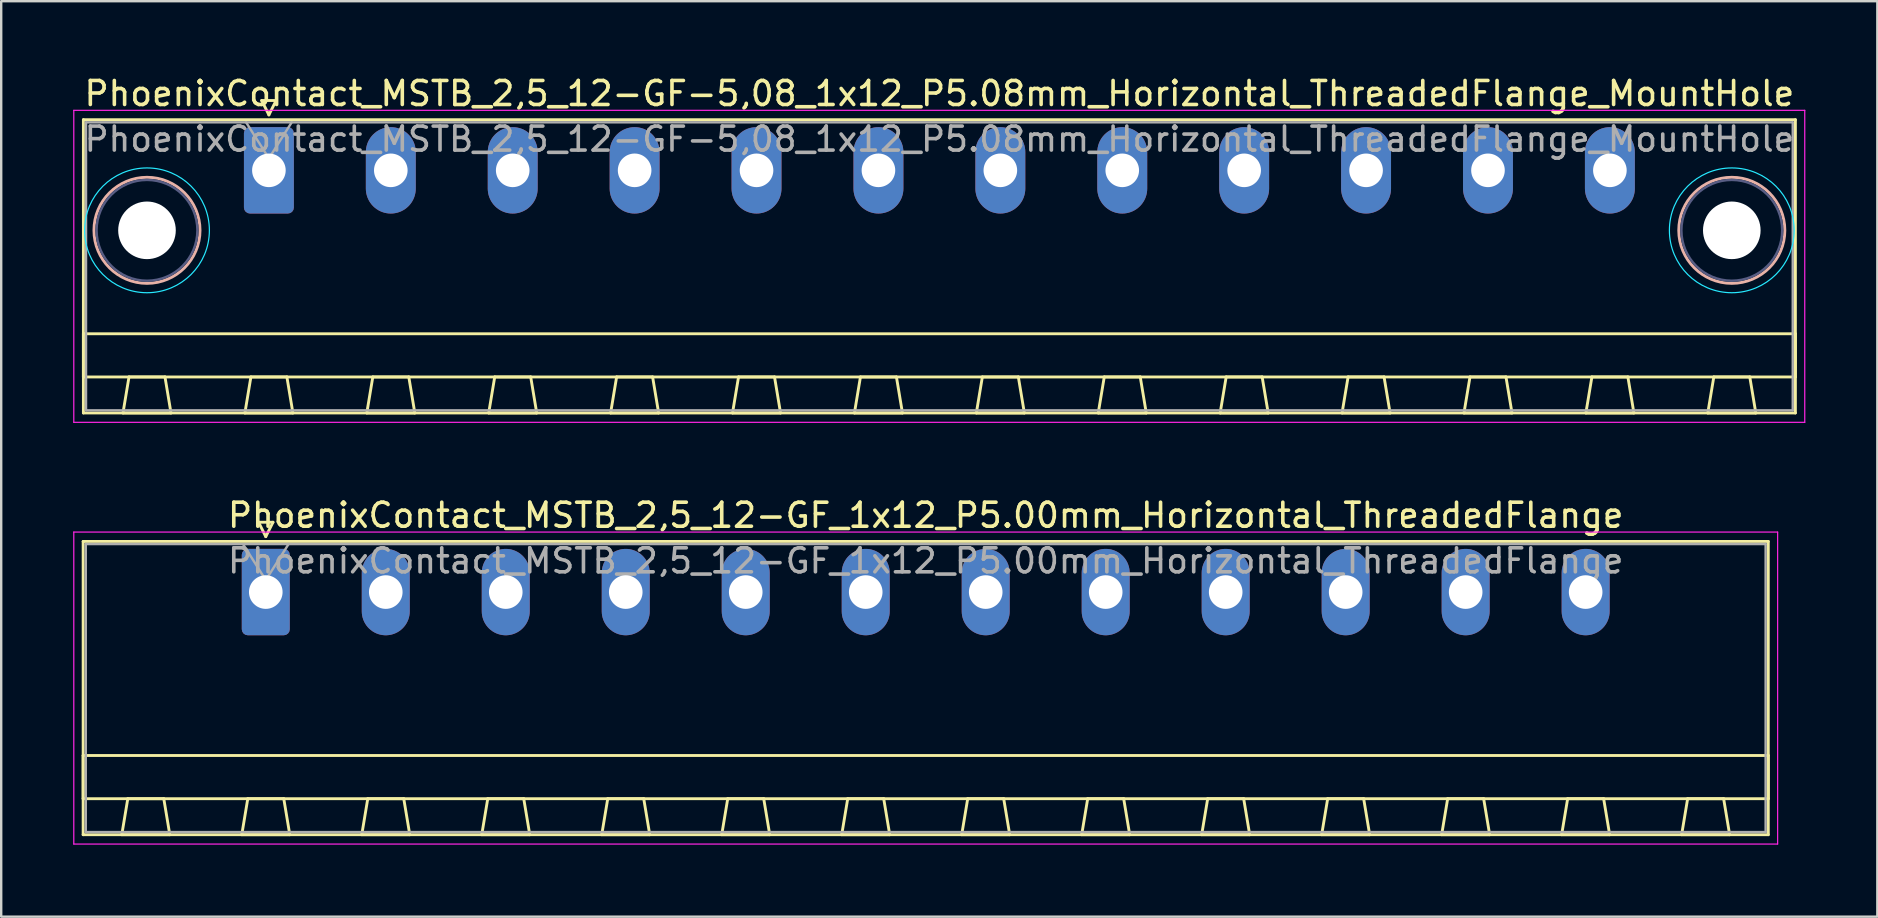
<source format=kicad_pcb>
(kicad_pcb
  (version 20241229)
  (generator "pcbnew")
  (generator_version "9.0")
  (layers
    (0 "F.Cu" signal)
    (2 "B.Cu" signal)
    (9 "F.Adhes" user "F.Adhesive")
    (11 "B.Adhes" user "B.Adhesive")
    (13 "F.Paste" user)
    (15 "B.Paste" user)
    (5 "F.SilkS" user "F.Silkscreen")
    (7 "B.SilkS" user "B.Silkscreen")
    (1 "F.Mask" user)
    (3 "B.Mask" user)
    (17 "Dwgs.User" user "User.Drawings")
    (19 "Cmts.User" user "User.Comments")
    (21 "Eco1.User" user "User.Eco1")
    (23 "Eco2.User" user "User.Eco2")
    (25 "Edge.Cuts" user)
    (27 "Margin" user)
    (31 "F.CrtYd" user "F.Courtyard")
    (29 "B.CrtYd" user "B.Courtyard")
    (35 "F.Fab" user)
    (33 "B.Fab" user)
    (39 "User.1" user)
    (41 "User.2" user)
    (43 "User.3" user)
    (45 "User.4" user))
  (footprint "PhoenixContact_MSTB_2,5_12-GF-5,08_1x12_P5.08mm_Horizontal_ThreadedFlange_MountHole"
    (layer "F.Cu")
    (at 8.155 4.048)
    (property "Reference" "PhoenixContact_MSTB_2,5_12-GF-5,08_1x12_P5.08mm_Horizontal_ThreadedFlange_MountHole" (at 27.94 -3.2 0) (layer "F.SilkS") (effects (font (size 1 1) (thickness 0.15))))
    (attr through_hole)
    (fp_line (start -7.73 -2.11) (end -7.73 10.11) (stroke (width 0.12) (type solid)) (layer "F.SilkS"))
    (fp_line (start -7.73 6.81) (end 63.61 6.81) (stroke (width 0.12) (type solid)) (layer "F.SilkS"))
    (fp_line (start -7.73 8.61) (end -7.73 6.81) (stroke (width 0.12) (type solid)) (layer "F.SilkS"))
    (fp_line (start -7.73 10.11) (end 63.61 10.11) (stroke (width 0.12) (type solid)) (layer "F.SilkS"))
    (fp_line (start -6.08 10.11) (end -4.08 10.11) (stroke (width 0.12) (type solid)) (layer "F.SilkS"))
    (fp_line (start -5.83 8.61) (end -6.08 10.11) (stroke (width 0.12) (type solid)) (layer "F.SilkS"))
    (fp_line (start -4.33 8.61) (end -5.83 8.61) (stroke (width 0.12) (type solid)) (layer "F.SilkS"))
    (fp_line (start -4.08 10.11) (end -4.33 8.61) (stroke (width 0.12) (type solid)) (layer "F.SilkS"))
    (fp_line (start -1 10.11) (end 1 10.11) (stroke (width 0.12) (type solid)) (layer "F.SilkS"))
    (fp_line (start -0.75 8.61) (end -1 10.11) (stroke (width 0.12) (type solid)) (layer "F.SilkS"))
    (fp_line (start -0.3 -2.91) (end 0.3 -2.91) (stroke (width 0.12) (type solid)) (layer "F.SilkS"))
    (fp_line (start 0 -2.31) (end -0.3 -2.91) (stroke (width 0.12) (type solid)) (layer "F.SilkS"))
    (fp_line (start 0.3 -2.91) (end 0 -2.31) (stroke (width 0.12) (type solid)) (layer "F.SilkS"))
    (fp_line (start 0.75 8.61) (end -0.75 8.61) (stroke (width 0.12) (type solid)) (layer "F.SilkS"))
    (fp_line (start 1 10.11) (end 0.75 8.61) (stroke (width 0.12) (type solid)) (layer "F.SilkS"))
    (fp_line (start 4.08 10.11) (end 6.08 10.11) (stroke (width 0.12) (type solid)) (layer "F.SilkS"))
    (fp_line (start 4.33 8.61) (end 4.08 10.11) (stroke (width 0.12) (type solid)) (layer "F.SilkS"))
    (fp_line (start 5.83 8.61) (end 4.33 8.61) (stroke (width 0.12) (type solid)) (layer "F.SilkS"))
    (fp_line (start 6.08 10.11) (end 5.83 8.61) (stroke (width 0.12) (type solid)) (layer "F.SilkS"))
    (fp_line (start 9.16 10.11) (end 11.16 10.11) (stroke (width 0.12) (type solid)) (layer "F.SilkS"))
    (fp_line (start 9.41 8.61) (end 9.16 10.11) (stroke (width 0.12) (type solid)) (layer "F.SilkS"))
    (fp_line (start 10.91 8.61) (end 9.41 8.61) (stroke (width 0.12) (type solid)) (layer "F.SilkS"))
    (fp_line (start 11.16 10.11) (end 10.91 8.61) (stroke (width 0.12) (type solid)) (layer "F.SilkS"))
    (fp_line (start 14.24 10.11) (end 16.24 10.11) (stroke (width 0.12) (type solid)) (layer "F.SilkS"))
    (fp_line (start 14.49 8.61) (end 14.24 10.11) (stroke (width 0.12) (type solid)) (layer "F.SilkS"))
    (fp_line (start 15.99 8.61) (end 14.49 8.61) (stroke (width 0.12) (type solid)) (layer "F.SilkS"))
    (fp_line (start 16.24 10.11) (end 15.99 8.61) (stroke (width 0.12) (type solid)) (layer "F.SilkS"))
    (fp_line (start 19.32 10.11) (end 21.32 10.11) (stroke (width 0.12) (type solid)) (layer "F.SilkS"))
    (fp_line (start 19.57 8.61) (end 19.32 10.11) (stroke (width 0.12) (type solid)) (layer "F.SilkS"))
    (fp_line (start 21.07 8.61) (end 19.57 8.61) (stroke (width 0.12) (type solid)) (layer "F.SilkS"))
    (fp_line (start 21.32 10.11) (end 21.07 8.61) (stroke (width 0.12) (type solid)) (layer "F.SilkS"))
    (fp_line (start 24.4 10.11) (end 26.4 10.11) (stroke (width 0.12) (type solid)) (layer "F.SilkS"))
    (fp_line (start 24.65 8.61) (end 24.4 10.11) (stroke (width 0.12) (type solid)) (layer "F.SilkS"))
    (fp_line (start 26.15 8.61) (end 24.65 8.61) (stroke (width 0.12) (type solid)) (layer "F.SilkS"))
    (fp_line (start 26.4 10.11) (end 26.15 8.61) (stroke (width 0.12) (type solid)) (layer "F.SilkS"))
    (fp_line (start 29.48 10.11) (end 31.48 10.11) (stroke (width 0.12) (type solid)) (layer "F.SilkS"))
    (fp_line (start 29.73 8.61) (end 29.48 10.11) (stroke (width 0.12) (type solid)) (layer "F.SilkS"))
    (fp_line (start 31.23 8.61) (end 29.73 8.61) (stroke (width 0.12) (type solid)) (layer "F.SilkS"))
    (fp_line (start 31.48 10.11) (end 31.23 8.61) (stroke (width 0.12) (type solid)) (layer "F.SilkS"))
    (fp_line (start 34.56 10.11) (end 36.56 10.11) (stroke (width 0.12) (type solid)) (layer "F.SilkS"))
    (fp_line (start 34.81 8.61) (end 34.56 10.11) (stroke (width 0.12) (type solid)) (layer "F.SilkS"))
    (fp_line (start 36.31 8.61) (end 34.81 8.61) (stroke (width 0.12) (type solid)) (layer "F.SilkS"))
    (fp_line (start 36.56 10.11) (end 36.31 8.61) (stroke (width 0.12) (type solid)) (layer "F.SilkS"))
    (fp_line (start 39.64 10.11) (end 41.64 10.11) (stroke (width 0.12) (type solid)) (layer "F.SilkS"))
    (fp_line (start 39.89 8.61) (end 39.64 10.11) (stroke (width 0.12) (type solid)) (layer "F.SilkS"))
    (fp_line (start 41.39 8.61) (end 39.89 8.61) (stroke (width 0.12) (type solid)) (layer "F.SilkS"))
    (fp_line (start 41.64 10.11) (end 41.39 8.61) (stroke (width 0.12) (type solid)) (layer "F.SilkS"))
    (fp_line (start 44.72 10.11) (end 46.72 10.11) (stroke (width 0.12) (type solid)) (layer "F.SilkS"))
    (fp_line (start 44.97 8.61) (end 44.72 10.11) (stroke (width 0.12) (type solid)) (layer "F.SilkS"))
    (fp_line (start 46.47 8.61) (end 44.97 8.61) (stroke (width 0.12) (type solid)) (layer "F.SilkS"))
    (fp_line (start 46.72 10.11) (end 46.47 8.61) (stroke (width 0.12) (type solid)) (layer "F.SilkS"))
    (fp_line (start 49.8 10.11) (end 51.8 10.11) (stroke (width 0.12) (type solid)) (layer "F.SilkS"))
    (fp_line (start 50.05 8.61) (end 49.8 10.11) (stroke (width 0.12) (type solid)) (layer "F.SilkS"))
    (fp_line (start 51.55 8.61) (end 50.05 8.61) (stroke (width 0.12) (type solid)) (layer "F.SilkS"))
    (fp_line (start 51.8 10.11) (end 51.55 8.61) (stroke (width 0.12) (type solid)) (layer "F.SilkS"))
    (fp_line (start 54.88 10.11) (end 56.88 10.11) (stroke (width 0.12) (type solid)) (layer "F.SilkS"))
    (fp_line (start 55.13 8.61) (end 54.88 10.11) (stroke (width 0.12) (type solid)) (layer "F.SilkS"))
    (fp_line (start 56.63 8.61) (end 55.13 8.61) (stroke (width 0.12) (type solid)) (layer "F.SilkS"))
    (fp_line (start 56.88 10.11) (end 56.63 8.61) (stroke (width 0.12) (type solid)) (layer "F.SilkS"))
    (fp_line (start 59.96 10.11) (end 61.96 10.11) (stroke (width 0.12) (type solid)) (layer "F.SilkS"))
    (fp_line (start 60.21 8.61) (end 59.96 10.11) (stroke (width 0.12) (type solid)) (layer "F.SilkS"))
    (fp_line (start 61.71 8.61) (end 60.21 8.61) (stroke (width 0.12) (type solid)) (layer "F.SilkS"))
    (fp_line (start 61.96 10.11) (end 61.71 8.61) (stroke (width 0.12) (type solid)) (layer "F.SilkS"))
    (fp_line (start 63.61 -2.11) (end -7.73 -2.11) (stroke (width 0.12) (type solid)) (layer "F.SilkS"))
    (fp_line (start 63.61 6.81) (end 63.61 8.61) (stroke (width 0.12) (type solid)) (layer "F.SilkS"))
    (fp_line (start 63.61 8.61) (end -7.73 8.61) (stroke (width 0.12) (type solid)) (layer "F.SilkS"))
    (fp_line (start 63.61 10.11) (end 63.61 -2.11) (stroke (width 0.12) (type solid)) (layer "F.SilkS"))
    (fp_circle (center -5.08 2.5) (end -2.87 2.5) (stroke (width 0.12) (type solid)) (fill no) (layer "B.SilkS"))
    (fp_circle (center 60.96 2.5) (end 63.17 2.5) (stroke (width 0.12) (type solid)) (fill no) (layer "B.SilkS"))
    (fp_circle (center -5.08 2.5) (end -2.48 2.5) (stroke (width 0.05) (type solid)) (fill no) (layer "B.CrtYd"))
    (fp_circle (center 60.96 2.5) (end 63.56 2.5) (stroke (width 0.05) (type solid)) (fill no) (layer "B.CrtYd"))
    (fp_line (start -8.13 -2.5) (end -8.13 10.5) (stroke (width 0.05) (type solid)) (layer "F.CrtYd"))
    (fp_line (start -8.13 10.5) (end 64 10.5) (stroke (width 0.05) (type solid)) (layer "F.CrtYd"))
    (fp_line (start 64 -2.5) (end -8.13 -2.5) (stroke (width 0.05) (type solid)) (layer "F.CrtYd"))
    (fp_line (start 64 10.5) (end 64 -2.5) (stroke (width 0.05) (type solid)) (layer "F.CrtYd"))
    (fp_circle (center -5.08 2.5) (end -2.98 2.5) (stroke (width 0.1) (type solid)) (fill no) (layer "B.Fab"))
    (fp_circle (center 60.96 2.5) (end 63.06 2.5) (stroke (width 0.1) (type solid)) (fill no) (layer "B.Fab"))
    (fp_line (start -7.62 -2) (end -7.62 10) (stroke (width 0.1) (type solid)) (layer "F.Fab"))
    (fp_line (start -7.62 10) (end 63.5 10) (stroke (width 0.1) (type solid)) (layer "F.Fab"))
    (fp_line (start 0 -0.5) (end -0.95 -2) (stroke (width 0.1) (type solid)) (layer "F.Fab"))
    (fp_line (start 0.95 -2) (end 0 -0.5) (stroke (width 0.1) (type solid)) (layer "F.Fab"))
    (fp_line (start 63.5 -2) (end -7.62 -2) (stroke (width 0.1) (type solid)) (layer "F.Fab"))
    (fp_line (start 63.5 10) (end 63.5 -2) (stroke (width 0.1) (type solid)) (layer "F.Fab"))
    (fp_text user "${REFERENCE}" (at 27.94 -1.3 0) (layer "F.Fab") (effects (font (size 1 1) (thickness 0.15))))
    (pad "" np_thru_hole circle (at -5.08 2.5) (size 2.4 2.4) (drill 2.4) (layers "*.Cu" "*.Mask"))
    (pad "" np_thru_hole circle (at 60.96 2.5) (size 2.4 2.4) (drill 2.4) (layers "*.Cu" "*.Mask"))
    (pad "1" thru_hole roundrect (at 0 0) (size 2.08 3.6) (drill 1.4) (layers "*.Cu" "*.Mask") (roundrect_rratio 0.12))
    (pad "2" thru_hole oval (at 5.08 0) (size 2.08 3.6) (drill 1.4) (layers "*.Cu" "*.Mask"))
    (pad "3" thru_hole oval (at 10.16 0) (size 2.08 3.6) (drill 1.4) (layers "*.Cu" "*.Mask"))
    (pad "4" thru_hole oval (at 15.24 0) (size 2.08 3.6) (drill 1.4) (layers "*.Cu" "*.Mask"))
    (pad "5" thru_hole oval (at 20.32 0) (size 2.08 3.6) (drill 1.4) (layers "*.Cu" "*.Mask"))
    (pad "6" thru_hole oval (at 25.4 0) (size 2.08 3.6) (drill 1.4) (layers "*.Cu" "*.Mask"))
    (pad "7" thru_hole oval (at 30.48 0) (size 2.08 3.6) (drill 1.4) (layers "*.Cu" "*.Mask"))
    (pad "8" thru_hole oval (at 35.56 0) (size 2.08 3.6) (drill 1.4) (layers "*.Cu" "*.Mask"))
    (pad "9" thru_hole oval (at 40.64 0) (size 2.08 3.6) (drill 1.4) (layers "*.Cu" "*.Mask"))
    (pad "10" thru_hole oval (at 45.72 0) (size 2.08 3.6) (drill 1.4) (layers "*.Cu" "*.Mask"))
    (pad "11" thru_hole oval (at 50.8 0) (size 2.08 3.6) (drill 1.4) (layers "*.Cu" "*.Mask"))
    (pad "12" thru_hole oval (at 55.88 0) (size 2.08 3.6) (drill 1.4) (layers "*.Cu" "*.Mask")))
  (footprint "PhoenixContact_MSTB_2,5_12-GF_1x12_P5.00mm_Horizontal_ThreadedFlange"
    (layer "F.Cu")
    (at 8.025 21.622)
    (property "Reference" "PhoenixContact_MSTB_2,5_12-GF_1x12_P5.00mm_Horizontal_ThreadedFlange" (at 27.5 -3.2 0) (layer "F.SilkS") (effects (font (size 1 1) (thickness 0.15))))
    (attr through_hole)
    (fp_line (start -7.61 -2.11) (end -7.61 10.11) (stroke (width 0.12) (type solid)) (layer "F.SilkS"))
    (fp_line (start -7.61 6.81) (end 62.61 6.81) (stroke (width 0.12) (type solid)) (layer "F.SilkS"))
    (fp_line (start -7.61 8.61) (end -7.61 6.81) (stroke (width 0.12) (type solid)) (layer "F.SilkS"))
    (fp_line (start -7.61 10.11) (end 62.61 10.11) (stroke (width 0.12) (type solid)) (layer "F.SilkS"))
    (fp_line (start -6 10.11) (end -4 10.11) (stroke (width 0.12) (type solid)) (layer "F.SilkS"))
    (fp_line (start -5.75 8.61) (end -6 10.11) (stroke (width 0.12) (type solid)) (layer "F.SilkS"))
    (fp_line (start -4.25 8.61) (end -5.75 8.61) (stroke (width 0.12) (type solid)) (layer "F.SilkS"))
    (fp_line (start -4 10.11) (end -4.25 8.61) (stroke (width 0.12) (type solid)) (layer "F.SilkS"))
    (fp_line (start -1 10.11) (end 1 10.11) (stroke (width 0.12) (type solid)) (layer "F.SilkS"))
    (fp_line (start -0.75 8.61) (end -1 10.11) (stroke (width 0.12) (type solid)) (layer "F.SilkS"))
    (fp_line (start -0.3 -2.91) (end 0.3 -2.91) (stroke (width 0.12) (type solid)) (layer "F.SilkS"))
    (fp_line (start 0 -2.31) (end -0.3 -2.91) (stroke (width 0.12) (type solid)) (layer "F.SilkS"))
    (fp_line (start 0.3 -2.91) (end 0 -2.31) (stroke (width 0.12) (type solid)) (layer "F.SilkS"))
    (fp_line (start 0.75 8.61) (end -0.75 8.61) (stroke (width 0.12) (type solid)) (layer "F.SilkS"))
    (fp_line (start 1 10.11) (end 0.75 8.61) (stroke (width 0.12) (type solid)) (layer "F.SilkS"))
    (fp_line (start 4 10.11) (end 6 10.11) (stroke (width 0.12) (type solid)) (layer "F.SilkS"))
    (fp_line (start 4.25 8.61) (end 4 10.11) (stroke (width 0.12) (type solid)) (layer "F.SilkS"))
    (fp_line (start 5.75 8.61) (end 4.25 8.61) (stroke (width 0.12) (type solid)) (layer "F.SilkS"))
    (fp_line (start 6 10.11) (end 5.75 8.61) (stroke (width 0.12) (type solid)) (layer "F.SilkS"))
    (fp_line (start 9 10.11) (end 11 10.11) (stroke (width 0.12) (type solid)) (layer "F.SilkS"))
    (fp_line (start 9.25 8.61) (end 9 10.11) (stroke (width 0.12) (type solid)) (layer "F.SilkS"))
    (fp_line (start 10.75 8.61) (end 9.25 8.61) (stroke (width 0.12) (type solid)) (layer "F.SilkS"))
    (fp_line (start 11 10.11) (end 10.75 8.61) (stroke (width 0.12) (type solid)) (layer "F.SilkS"))
    (fp_line (start 14 10.11) (end 16 10.11) (stroke (width 0.12) (type solid)) (layer "F.SilkS"))
    (fp_line (start 14.25 8.61) (end 14 10.11) (stroke (width 0.12) (type solid)) (layer "F.SilkS"))
    (fp_line (start 15.75 8.61) (end 14.25 8.61) (stroke (width 0.12) (type solid)) (layer "F.SilkS"))
    (fp_line (start 16 10.11) (end 15.75 8.61) (stroke (width 0.12) (type solid)) (layer "F.SilkS"))
    (fp_line (start 19 10.11) (end 21 10.11) (stroke (width 0.12) (type solid)) (layer "F.SilkS"))
    (fp_line (start 19.25 8.61) (end 19 10.11) (stroke (width 0.12) (type solid)) (layer "F.SilkS"))
    (fp_line (start 20.75 8.61) (end 19.25 8.61) (stroke (width 0.12) (type solid)) (layer "F.SilkS"))
    (fp_line (start 21 10.11) (end 20.75 8.61) (stroke (width 0.12) (type solid)) (layer "F.SilkS"))
    (fp_line (start 24 10.11) (end 26 10.11) (stroke (width 0.12) (type solid)) (layer "F.SilkS"))
    (fp_line (start 24.25 8.61) (end 24 10.11) (stroke (width 0.12) (type solid)) (layer "F.SilkS"))
    (fp_line (start 25.75 8.61) (end 24.25 8.61) (stroke (width 0.12) (type solid)) (layer "F.SilkS"))
    (fp_line (start 26 10.11) (end 25.75 8.61) (stroke (width 0.12) (type solid)) (layer "F.SilkS"))
    (fp_line (start 29 10.11) (end 31 10.11) (stroke (width 0.12) (type solid)) (layer "F.SilkS"))
    (fp_line (start 29.25 8.61) (end 29 10.11) (stroke (width 0.12) (type solid)) (layer "F.SilkS"))
    (fp_line (start 30.75 8.61) (end 29.25 8.61) (stroke (width 0.12) (type solid)) (layer "F.SilkS"))
    (fp_line (start 31 10.11) (end 30.75 8.61) (stroke (width 0.12) (type solid)) (layer "F.SilkS"))
    (fp_line (start 34 10.11) (end 36 10.11) (stroke (width 0.12) (type solid)) (layer "F.SilkS"))
    (fp_line (start 34.25 8.61) (end 34 10.11) (stroke (width 0.12) (type solid)) (layer "F.SilkS"))
    (fp_line (start 35.75 8.61) (end 34.25 8.61) (stroke (width 0.12) (type solid)) (layer "F.SilkS"))
    (fp_line (start 36 10.11) (end 35.75 8.61) (stroke (width 0.12) (type solid)) (layer "F.SilkS"))
    (fp_line (start 39 10.11) (end 41 10.11) (stroke (width 0.12) (type solid)) (layer "F.SilkS"))
    (fp_line (start 39.25 8.61) (end 39 10.11) (stroke (width 0.12) (type solid)) (layer "F.SilkS"))
    (fp_line (start 40.75 8.61) (end 39.25 8.61) (stroke (width 0.12) (type solid)) (layer "F.SilkS"))
    (fp_line (start 41 10.11) (end 40.75 8.61) (stroke (width 0.12) (type solid)) (layer "F.SilkS"))
    (fp_line (start 44 10.11) (end 46 10.11) (stroke (width 0.12) (type solid)) (layer "F.SilkS"))
    (fp_line (start 44.25 8.61) (end 44 10.11) (stroke (width 0.12) (type solid)) (layer "F.SilkS"))
    (fp_line (start 45.75 8.61) (end 44.25 8.61) (stroke (width 0.12) (type solid)) (layer "F.SilkS"))
    (fp_line (start 46 10.11) (end 45.75 8.61) (stroke (width 0.12) (type solid)) (layer "F.SilkS"))
    (fp_line (start 49 10.11) (end 51 10.11) (stroke (width 0.12) (type solid)) (layer "F.SilkS"))
    (fp_line (start 49.25 8.61) (end 49 10.11) (stroke (width 0.12) (type solid)) (layer "F.SilkS"))
    (fp_line (start 50.75 8.61) (end 49.25 8.61) (stroke (width 0.12) (type solid)) (layer "F.SilkS"))
    (fp_line (start 51 10.11) (end 50.75 8.61) (stroke (width 0.12) (type solid)) (layer "F.SilkS"))
    (fp_line (start 54 10.11) (end 56 10.11) (stroke (width 0.12) (type solid)) (layer "F.SilkS"))
    (fp_line (start 54.25 8.61) (end 54 10.11) (stroke (width 0.12) (type solid)) (layer "F.SilkS"))
    (fp_line (start 55.75 8.61) (end 54.25 8.61) (stroke (width 0.12) (type solid)) (layer "F.SilkS"))
    (fp_line (start 56 10.11) (end 55.75 8.61) (stroke (width 0.12) (type solid)) (layer "F.SilkS"))
    (fp_line (start 59 10.11) (end 61 10.11) (stroke (width 0.12) (type solid)) (layer "F.SilkS"))
    (fp_line (start 59.25 8.61) (end 59 10.11) (stroke (width 0.12) (type solid)) (layer "F.SilkS"))
    (fp_line (start 60.75 8.61) (end 59.25 8.61) (stroke (width 0.12) (type solid)) (layer "F.SilkS"))
    (fp_line (start 61 10.11) (end 60.75 8.61) (stroke (width 0.12) (type solid)) (layer "F.SilkS"))
    (fp_line (start 62.61 -2.11) (end -7.61 -2.11) (stroke (width 0.12) (type solid)) (layer "F.SilkS"))
    (fp_line (start 62.61 6.81) (end 62.61 8.61) (stroke (width 0.12) (type solid)) (layer "F.SilkS"))
    (fp_line (start 62.61 8.61) (end -7.61 8.61) (stroke (width 0.12) (type solid)) (layer "F.SilkS"))
    (fp_line (start 62.61 10.11) (end 62.61 -2.11) (stroke (width 0.12) (type solid)) (layer "F.SilkS"))
    (fp_line (start -8 -2.5) (end -8 10.5) (stroke (width 0.05) (type solid)) (layer "F.CrtYd"))
    (fp_line (start -8 10.5) (end 63 10.5) (stroke (width 0.05) (type solid)) (layer "F.CrtYd"))
    (fp_line (start 63 -2.5) (end -8 -2.5) (stroke (width 0.05) (type solid)) (layer "F.CrtYd"))
    (fp_line (start 63 10.5) (end 63 -2.5) (stroke (width 0.05) (type solid)) (layer "F.CrtYd"))
    (fp_line (start -7.5 -2) (end -7.5 10) (stroke (width 0.1) (type solid)) (layer "F.Fab"))
    (fp_line (start -7.5 10) (end 62.5 10) (stroke (width 0.1) (type solid)) (layer "F.Fab"))
    (fp_line (start 0 -0.5) (end -0.95 -2) (stroke (width 0.1) (type solid)) (layer "F.Fab"))
    (fp_line (start 0.95 -2) (end 0 -0.5) (stroke (width 0.1) (type solid)) (layer "F.Fab"))
    (fp_line (start 62.5 -2) (end -7.5 -2) (stroke (width 0.1) (type solid)) (layer "F.Fab"))
    (fp_line (start 62.5 10) (end 62.5 -2) (stroke (width 0.1) (type solid)) (layer "F.Fab"))
    (fp_text user "${REFERENCE}" (at 27.5 -1.3 0) (layer "F.Fab") (effects (font (size 1 1) (thickness 0.15))))
    (pad "1" thru_hole roundrect (at 0 0) (size 2 3.6) (drill 1.4) (layers "*.Cu" "*.Mask") (roundrect_rratio 0.125))
    (pad "2" thru_hole oval (at 5 0) (size 2 3.6) (drill 1.4) (layers "*.Cu" "*.Mask"))
    (pad "3" thru_hole oval (at 10 0) (size 2 3.6) (drill 1.4) (layers "*.Cu" "*.Mask"))
    (pad "4" thru_hole oval (at 15 0) (size 2 3.6) (drill 1.4) (layers "*.Cu" "*.Mask"))
    (pad "5" thru_hole oval (at 20 0) (size 2 3.6) (drill 1.4) (layers "*.Cu" "*.Mask"))
    (pad "6" thru_hole oval (at 25 0) (size 2 3.6) (drill 1.4) (layers "*.Cu" "*.Mask"))
    (pad "7" thru_hole oval (at 30 0) (size 2 3.6) (drill 1.4) (layers "*.Cu" "*.Mask"))
    (pad "8" thru_hole oval (at 35 0) (size 2 3.6) (drill 1.4) (layers "*.Cu" "*.Mask"))
    (pad "9" thru_hole oval (at 40 0) (size 2 3.6) (drill 1.4) (layers "*.Cu" "*.Mask"))
    (pad "10" thru_hole oval (at 45 0) (size 2 3.6) (drill 1.4) (layers "*.Cu" "*.Mask"))
    (pad "11" thru_hole oval (at 50 0) (size 2 3.6) (drill 1.4) (layers "*.Cu" "*.Mask"))
    (pad "12" thru_hole oval (at 55 0) (size 2 3.6) (drill 1.4) (layers "*.Cu" "*.Mask")))
  (gr_rect
    (start -3 -3)
    (end 75.18 35.147)
    (stroke (width 0.1) (type default))
    (fill no)
    (layer "Edge.Cuts")))
</source>
